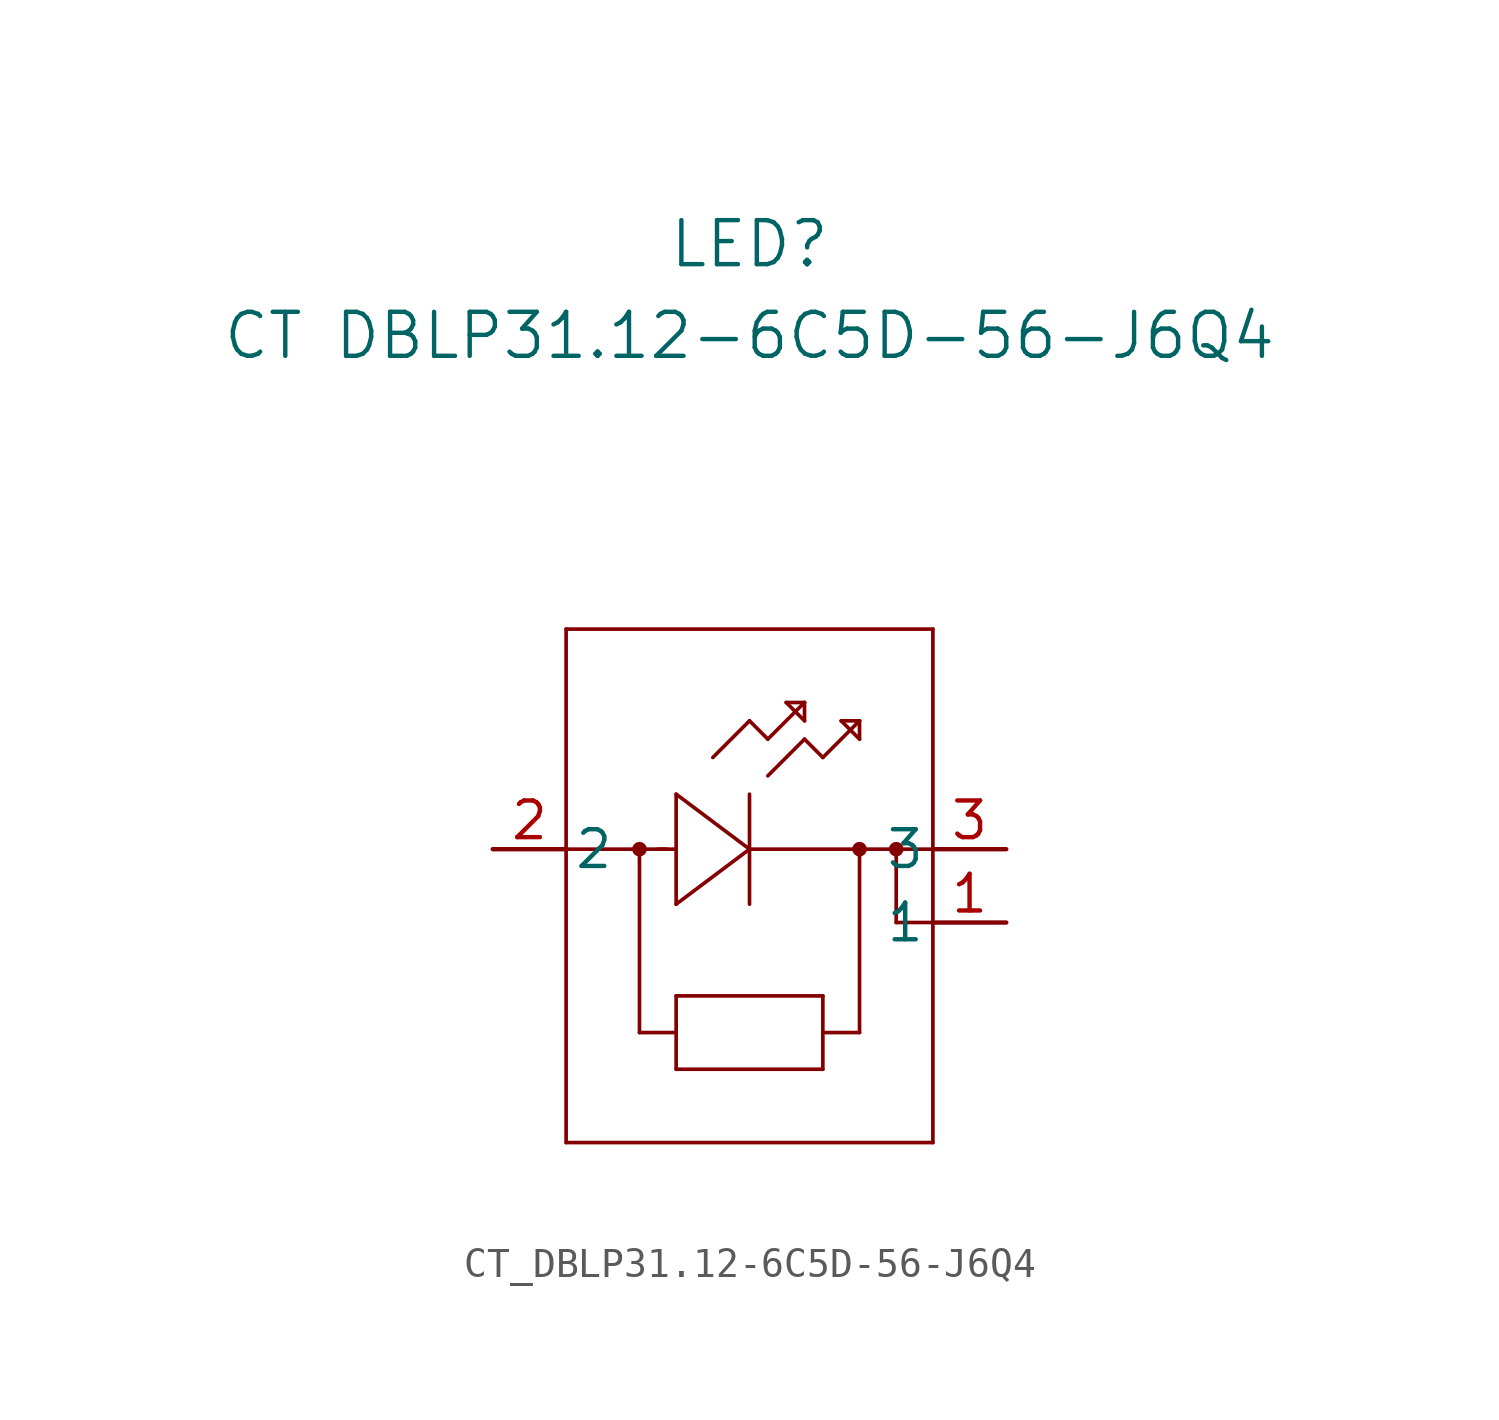
<source format=kicad_sym>
(kicad_symbol_lib
  (version 20211014)
  (generator kicad_symbol_editor)
  (symbol "CT_DBLP31.12-6C5D-56-J6Q4"
    (pin_names
      (offset 0.254))
    (property "Reference" "LED"
      (at 8.89 20.955 0)
      (effects (font (size 1.524 1.524))))
    (property "Value" "CT DBLP31.12-6C5D-56-J6Q4"
      (at 8.89 17.78 0)
      (effects (font (size 1.524 1.524))))
    (symbol "CT_DBLP31.12-6C5D-56-J6Q4_0_1"
      (polyline (pts (xy 6.35 -5.08) (xy 6.35 -7.62)) (stroke (width 0.127) (type default) (color 0 0 0 0)) (fill (type none)))
      (polyline (pts (xy 6.35 -1.905) (xy 8.89 0)) (stroke (width 0.127) (type default) (color 0 0 0 0)) (fill (type none)))
      (polyline (pts (xy 7.62 3.175) (xy 8.89 4.445)) (stroke (width 0.127) (type default) (color 0 0 0 0)) (fill (type none)))
      (polyline (pts (xy 2.54 0) (xy 6.02 0)) (stroke (width 0.127) (type default) (color 0 0 0 0)) (fill (type none)))
      (polyline (pts (xy 6.35 1.905) (xy 6.35 -1.905)) (stroke (width 0.127) (type default) (color 0 0 0 0)) (fill (type none)))
      (polyline (pts (xy 5.715 0) (xy 6.35 0)) (stroke (width 0.127) (type default) (color 0 0 0 0)) (fill (type none)))
      (polyline (pts (xy 8.89 -1.905) (xy 8.89 1.905)) (stroke (width 0.127) (type default) (color 0 0 0 0)) (fill (type none)))
      (polyline (pts (xy 8.89 0) (xy 15.24 0)) (stroke (width 0.127) (type default) (color 0 0 0 0)) (fill (type none)))
      (polyline (pts (xy 8.89 4.445) (xy 9.525 3.81)) (stroke (width 0.127) (type default) (color 0 0 0 0)) (fill (type none)))
      (polyline (pts (xy 9.525 3.81) (xy 10.795 5.08)) (stroke (width 0.127) (type default) (color 0 0 0 0)) (fill (type none)))
      (polyline (pts (xy 10.795 3.81) (xy 11.43 3.175)) (stroke (width 0.127) (type default) (color 0 0 0 0)) (fill (type none)))
      (polyline (pts (xy 11.43 3.175) (xy 12.7 4.445)) (stroke (width 0.127) (type default) (color 0 0 0 0)) (fill (type none)))
      (polyline (pts (xy 10.795 5.08) (xy 10.16 5.08)) (stroke (width 0.127) (type default) (color 0 0 0 0)) (fill (type none)))
      (polyline (pts (xy 10.16 5.08) (xy 10.795 4.445)) (stroke (width 0.127) (type default) (color 0 0 0 0)) (fill (type none)))
      (polyline (pts (xy 10.795 4.445) (xy 10.795 5.08)) (stroke (width 0.127) (type default) (color 0 0 0 0)) (fill (type none)))
      (polyline (pts (xy 12.7 4.445) (xy 12.065 4.445)) (stroke (width 0.127) (type default) (color 0 0 0 0)) (fill (type none)))
      (polyline (pts (xy 12.065 4.445) (xy 12.7 3.81)) (stroke (width 0.127) (type default) (color 0 0 0 0)) (fill (type none)))
      (polyline (pts (xy 12.7 3.81) (xy 12.7 4.445)) (stroke (width 0.127) (type default) (color 0 0 0 0)) (fill (type none)))
      (polyline (pts (xy 9.525 2.54) (xy 10.795 3.81)) (stroke (width 0.127) (type default) (color 0 0 0 0)) (fill (type none)))
      (polyline (pts (xy 8.89 0) (xy 6.35 1.905)) (stroke (width 0.127) (type default) (color 0 0 0 0)) (fill (type none)))
      (polyline (pts (xy 2.54 7.62) (xy 2.54 -10.16)) (stroke (width 0.127) (type default) (color 0 0 0 0)) (fill (type none)))
      (polyline (pts (xy 6.35 -7.62) (xy 11.43 -7.62)) (stroke (width 0.127) (type default) (color 0 0 0 0)) (fill (type none)))
      (polyline (pts (xy 11.43 -7.62) (xy 11.43 -5.08)) (stroke (width 0.127) (type default) (color 0 0 0 0)) (fill (type none)))
      (polyline (pts (xy 11.43 -5.08) (xy 6.35 -5.08)) (stroke (width 0.127) (type default) (color 0 0 0 0)) (fill (type none)))
      (polyline (pts (xy 6.35 -6.35) (xy 5.08 -6.35)) (stroke (width 0.127) (type default) (color 0 0 0 0)) (fill (type none)))
      (polyline (pts (xy 5.08 -6.35) (xy 5.08 0)) (stroke (width 0.127) (type default) (color 0 0 0 0)) (fill (type none)))
      (polyline (pts (xy 11.43 -6.35) (xy 12.7 -6.35)) (stroke (width 0.127) (type default) (color 0 0 0 0)) (fill (type none)))
      (polyline (pts (xy 12.7 -6.35) (xy 12.7 0)) (stroke (width 0.127) (type default) (color 0 0 0 0)) (fill (type none)))
      (polyline (pts (xy 2.54 -10.16) (xy 15.24 -10.16)) (stroke (width 0.127) (type default) (color 0 0 0 0)) (fill (type none)))
      (polyline (pts (xy 15.24 -10.16) (xy 15.24 7.62)) (stroke (width 0.127) (type default) (color 0 0 0 0)) (fill (type none)))
      (polyline (pts (xy 15.24 7.62) (xy 2.54 7.62)) (stroke (width 0.127) (type default) (color 0 0 0 0)) (fill (type none)))
      (polyline (pts (xy 13.97 0) (xy 13.97 -2.54)) (stroke (width 0.127) (type default) (color 0 0 0 0)) (fill (type none)))
      (polyline (pts (xy 15.24 -2.54) (xy 13.97 -2.54)) (stroke (width 0.127) (type default) (color 0 0 0 0)) (fill (type none)))
      (circle (center 5.08 0) (radius 0.127) (stroke (width 0.254) (type default) (color 0 0 0 0)) (fill (type none)))
      (circle (center 12.7 0) (radius 0.127) (stroke (width 0.254) (type default) (color 0 0 0 0)) (fill (type none)))
      (circle (center 13.97 0) (radius 0.127) (stroke (width 0.254) (type default) (color 0 0 0 0)) (fill (type none)))
      (pin unspecified line (at 17.78 -2.54 180) (length 2.54) (name "1" (effects (font (size 1.27 1.27)))) (number "1" (effects (font (size 1.27 1.27)))))
      (pin unspecified line (at 0 0 0) (length 2.54) (name "2" (effects (font (size 1.27 1.27)))) (number "2" (effects (font (size 1.27 1.27)))))
      (pin unspecified line (at 17.78 0 180) (length 2.54) (name "3" (effects (font (size 1.27 1.27)))) (number "3" (effects (font (size 1.27 1.27))))))))
</source>
